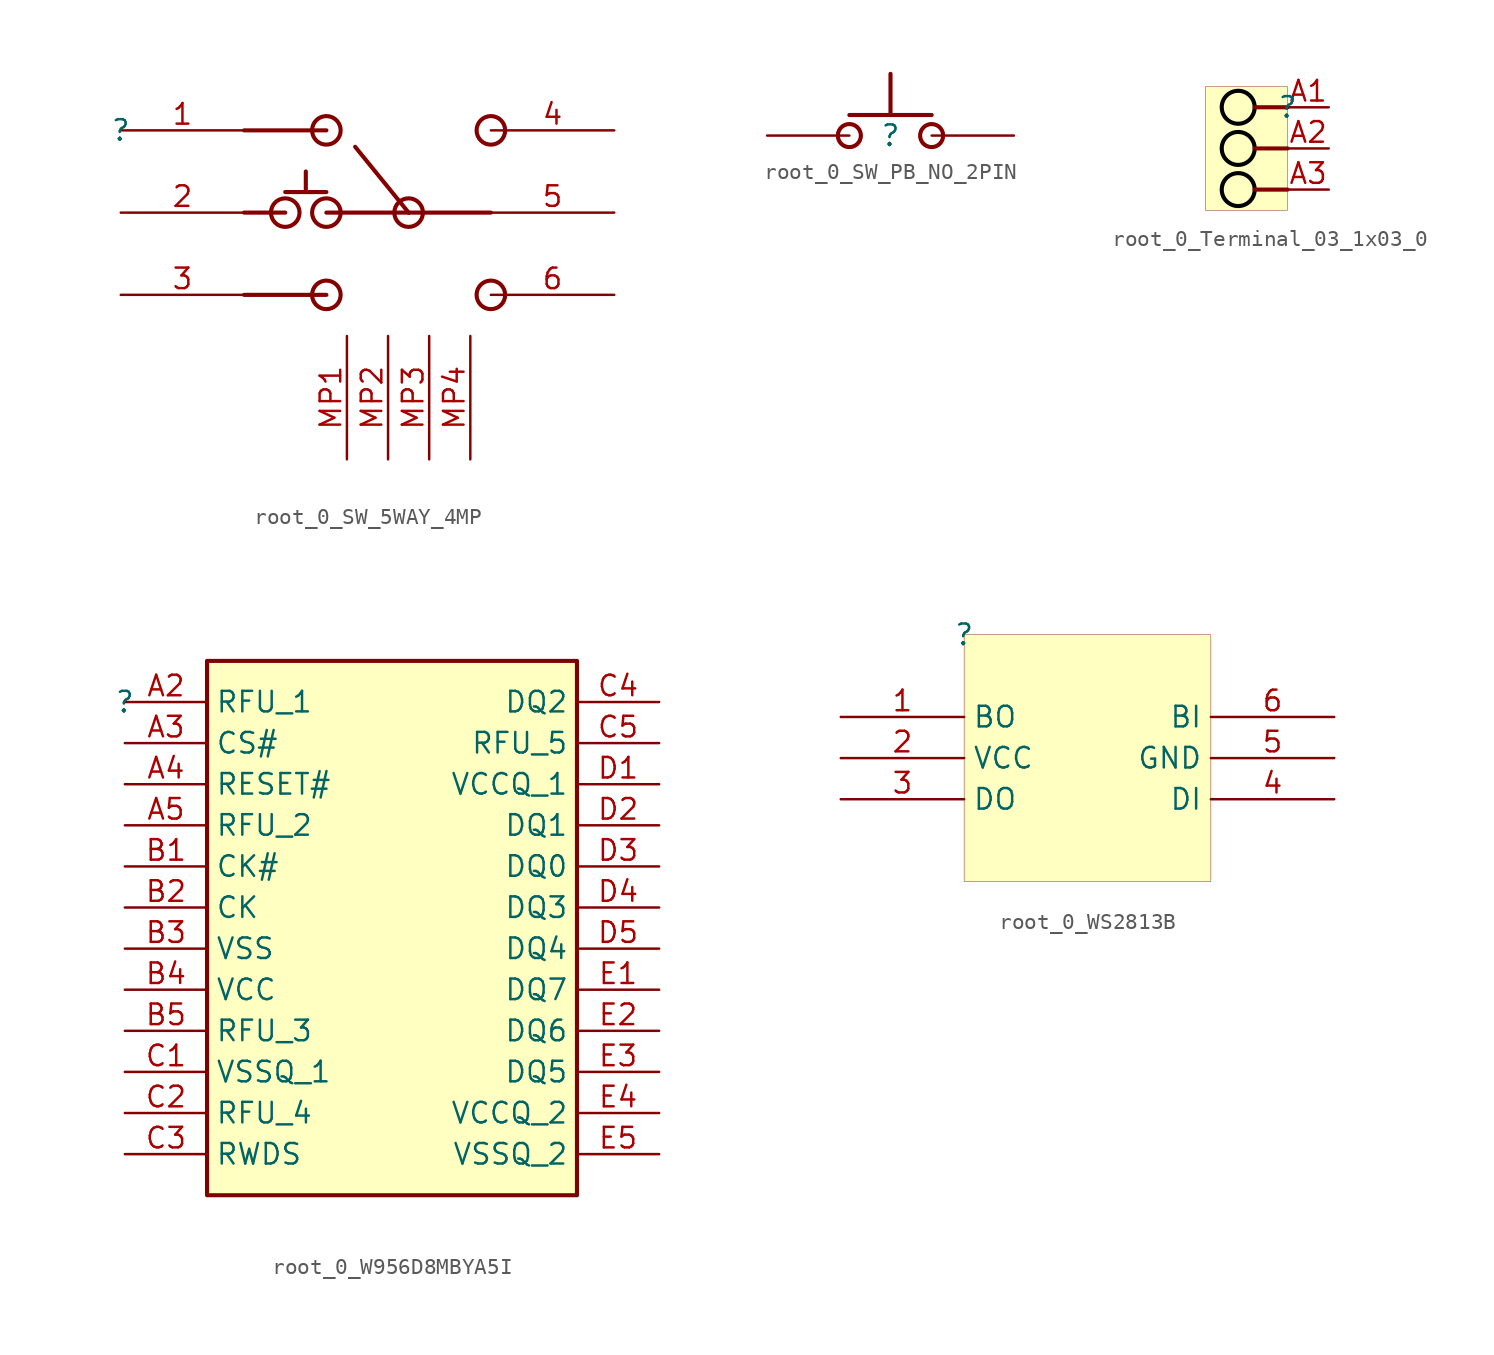
<source format=kicad_sym>
(kicad_symbol_lib
  (version 20231120)
  (generator "kicad_symbol_editor")
  (generator_version "8.0")
  (symbol "root_0_SW_5WAY_4MP"
    (property "Reference" ""
      (at 0 0 0)
      (effects (font (size 1.27 1.27))))
    (property "Value" ""
      (at 0 0 0)
      (effects (font (size 1.27 1.27))))
    (symbol "root_0_SW_5WAY_4MP_1_0"
      (polyline (pts (xy 10.16 -5.08) (xy 7.62 -5.08)) (stroke (width 0.254) (type solid)) (fill (type none)))
      (polyline (pts (xy 10.16 -3.81) (xy 12.7 -3.81)) (stroke (width 0.254) (type solid)) (fill (type none)))
      (polyline (pts (xy 11.43 -3.81) (xy 11.43 -2.54)) (stroke (width 0.254) (type solid)) (fill (type none)))
      (polyline (pts (xy 12.7 -10.16) (xy 7.62 -10.16)) (stroke (width 0.254) (type solid)) (fill (type none)))
      (polyline (pts (xy 12.7 0) (xy 7.62 0)) (stroke (width 0.254) (type solid)) (fill (type none)))
      (polyline (pts (xy 17.78 -5.08) (xy 12.7 -5.08)) (stroke (width 0.254) (type solid)) (fill (type none)))
      (polyline (pts (xy 17.78 -5.08) (xy 14.478 -1.016)) (stroke (width 0.254) (type solid)) (fill (type none)))
      (polyline (pts (xy 22.86 -5.08) (xy 17.78 -5.08)) (stroke (width 0.254) (type solid)) (fill (type none)))
      (circle (center 10.16 -5.08) (radius 0.882) (stroke (width 0.254) (type solid)) (fill (type none)))
      (circle (center 12.7 -10.16) (radius 0.882) (stroke (width 0.254) (type solid)) (fill (type none)))
      (circle (center 12.7 -5.08) (radius 0.882) (stroke (width 0.254) (type solid)) (fill (type none)))
      (circle (center 12.7 0) (radius 0.882) (stroke (width 0.254) (type solid)) (fill (type none)))
      (circle (center 17.78 -5.08) (radius 0.882) (stroke (width 0.254) (type solid)) (fill (type none)))
      (circle (center 22.86 -10.16) (radius 0.882) (stroke (width 0.254) (type solid)) (fill (type none)))
      (circle (center 22.86 0) (radius 0.882) (stroke (width 0.254) (type solid)) (fill (type none)))
      (pin passive line (at 0 0 0) (length 7.62) (name "1" (effects (font (size 0 0)))) (number "1" (effects (font (size 1.27 1.27)))))
      (pin passive line (at 0 -5.08 0) (length 7.62) (name "2" (effects (font (size 0 0)))) (number "2" (effects (font (size 1.27 1.27)))))
      (pin passive line (at 0 -10.16 0) (length 7.62) (name "3" (effects (font (size 0 0)))) (number "3" (effects (font (size 1.27 1.27)))))
      (pin passive line (at 30.48 0 180) (length 7.62) (name "4" (effects (font (size 0 0)))) (number "4" (effects (font (size 1.27 1.27)))))
      (pin passive line (at 30.48 -5.08 180) (length 7.62) (name "5" (effects (font (size 0 0)))) (number "5" (effects (font (size 1.27 1.27)))))
      (pin passive line (at 30.48 -10.16 180) (length 7.62) (name "6" (effects (font (size 0 0)))) (number "6" (effects (font (size 1.27 1.27)))))
      (pin passive line (at 13.97 -20.32 90) (length 7.62) (name "MP1" (effects (font (size 0 0)))) (number "MP1" (effects (font (size 1.27 1.27)))))
      (pin passive line (at 16.51 -20.32 90) (length 7.62) (name "MP2" (effects (font (size 0 0)))) (number "MP2" (effects (font (size 1.27 1.27)))))
      (pin passive line (at 19.05 -20.32 90) (length 7.62) (name "MP3" (effects (font (size 0 0)))) (number "MP3" (effects (font (size 1.27 1.27)))))
      (pin passive line (at 21.59 -20.32 90) (length 7.62) (name "MP4" (effects (font (size 0 0)))) (number "MP4" (effects (font (size 1.27 1.27)))))))
  (symbol "root_0_SW_PB_NO_2PIN"
    (property "Reference" ""
      (at 0 0 0)
      (effects (font (size 1.27 1.27))))
    (property "Value" ""
      (at 0 0 0)
      (effects (font (size 1.27 1.27))))
    (symbol "root_0_SW_PB_NO_2PIN_1_0"
      (circle (center -2.54 0) (radius 0.711) (stroke (width 0.254) (type solid)) (fill (type none)))
      (polyline (pts (xy -2.54 1.27) (xy 2.54 1.27)) (stroke (width 0.254) (type solid)) (fill (type none)))
      (polyline (pts (xy 0 1.27) (xy 0 3.81)) (stroke (width 0.254) (type solid)) (fill (type none)))
      (circle (center 2.54 0) (radius 0.711) (stroke (width 0.254) (type solid)) (fill (type none)))
      (pin passive line (at -7.62 0 0) (length 5.08) (name "IN" (effects (font (size 0 0)))) (number "1" (effects (font (size 0 0)))))
      (pin passive line (at 7.62 0 180) (length 5.08) (name "IN" (effects (font (size 0 0)))) (number "2" (effects (font (size 0 0)))))))
  (symbol "root_0_Terminal_03_1x03_0"
    (property "Reference" ""
      (at 0 0 0)
      (effects (font (size 1.27 1.27))))
    (property "Value" ""
      (at 0 0 0)
      (effects (font (size 1.27 1.27))))
    (symbol "root_0_Terminal_03_1x03_0_1_0"
      (circle (center -3.048 -5.08) (radius 1.016) (stroke (width 0.254) (type solid) (color 0 0 0 1)) (fill (type none)))
      (circle (center -3.048 -2.54) (radius 1.016) (stroke (width 0.254) (type solid) (color 0 0 0 1)) (fill (type none)))
      (circle (center -3.048 0) (radius 1.016) (stroke (width 0.254) (type solid) (color 0 0 0 1)) (fill (type none)))
      (polyline (pts (xy 0 -5.08) (xy -2.032 -5.08)) (stroke (width 0.254) (type solid)) (fill (type none)))
      (polyline (pts (xy 0 -2.54) (xy -2.032 -2.54)) (stroke (width 0.254) (type solid)) (fill (type none)))
      (polyline (pts (xy 0 0) (xy -2.032 0)) (stroke (width 0.254) (type solid)) (fill (type none)))
      (rectangle (start 0 1.27) (end -5.08 -6.35) (stroke (width 0.025) (type solid) (color 128 0 0 1)) (fill (type background)))
      (pin passive line (at 2.54 0 180) (length 2.54) (name "A1" (effects (font (size 0 0)))) (number "A1" (effects (font (size 1.27 1.27)))))
      (pin passive line (at 2.54 -2.54 180) (length 2.54) (name "A2" (effects (font (size 0 0)))) (number "A2" (effects (font (size 1.27 1.27)))))
      (pin passive line (at 2.54 -5.08 180) (length 2.54) (name "A3" (effects (font (size 0 0)))) (number "A3" (effects (font (size 1.27 1.27)))))))
  (symbol "root_0_W956D8MBYA5I"
    (property "Reference" ""
      (at 0 0 0)
      (effects (font (size 1.27 1.27))))
    (property "Value" ""
      (at 0 0 0)
      (effects (font (size 1.27 1.27))))
    (symbol "root_0_W956D8MBYA5I_1_0"
      (rectangle (start 27.94 2.54) (end 5.08 -30.48) (stroke (width 0.254) (type solid) (color 128 0 0 1)) (fill (type background)))
      (pin passive line (at 0 0 0) (length 5.08) (name "RFU_1" (effects (font (size 1.27 1.27)))) (number "A2" (effects (font (size 1.27 1.27)))))
      (pin passive line (at 0 -2.54 0) (length 5.08) (name "CS#" (effects (font (size 1.27 1.27)))) (number "A3" (effects (font (size 1.27 1.27)))))
      (pin passive line (at 0 -5.08 0) (length 5.08) (name "RESET#" (effects (font (size 1.27 1.27)))) (number "A4" (effects (font (size 1.27 1.27)))))
      (pin passive line (at 0 -7.62 0) (length 5.08) (name "RFU_2" (effects (font (size 1.27 1.27)))) (number "A5" (effects (font (size 1.27 1.27)))))
      (pin passive line (at 0 -10.16 0) (length 5.08) (name "CK#" (effects (font (size 1.27 1.27)))) (number "B1" (effects (font (size 1.27 1.27)))))
      (pin passive line (at 0 -12.7 0) (length 5.08) (name "CK" (effects (font (size 1.27 1.27)))) (number "B2" (effects (font (size 1.27 1.27)))))
      (pin passive line (at 0 -15.24 0) (length 5.08) (name "VSS" (effects (font (size 1.27 1.27)))) (number "B3" (effects (font (size 1.27 1.27)))))
      (pin passive line (at 0 -17.78 0) (length 5.08) (name "VCC" (effects (font (size 1.27 1.27)))) (number "B4" (effects (font (size 1.27 1.27)))))
      (pin passive line (at 0 -20.32 0) (length 5.08) (name "RFU_3" (effects (font (size 1.27 1.27)))) (number "B5" (effects (font (size 1.27 1.27)))))
      (pin passive line (at 0 -22.86 0) (length 5.08) (name "VSSQ_1" (effects (font (size 1.27 1.27)))) (number "C1" (effects (font (size 1.27 1.27)))))
      (pin passive line (at 0 -25.4 0) (length 5.08) (name "RFU_4" (effects (font (size 1.27 1.27)))) (number "C2" (effects (font (size 1.27 1.27)))))
      (pin passive line (at 0 -27.94 0) (length 5.08) (name "RWDS" (effects (font (size 1.27 1.27)))) (number "C3" (effects (font (size 1.27 1.27)))))
      (pin passive line (at 33.02 0 180) (length 5.08) (name "DQ2" (effects (font (size 1.27 1.27)))) (number "C4" (effects (font (size 1.27 1.27)))))
      (pin passive line (at 33.02 -2.54 180) (length 5.08) (name "RFU_5" (effects (font (size 1.27 1.27)))) (number "C5" (effects (font (size 1.27 1.27)))))
      (pin passive line (at 33.02 -5.08 180) (length 5.08) (name "VCCQ_1" (effects (font (size 1.27 1.27)))) (number "D1" (effects (font (size 1.27 1.27)))))
      (pin passive line (at 33.02 -7.62 180) (length 5.08) (name "DQ1" (effects (font (size 1.27 1.27)))) (number "D2" (effects (font (size 1.27 1.27)))))
      (pin passive line (at 33.02 -10.16 180) (length 5.08) (name "DQ0" (effects (font (size 1.27 1.27)))) (number "D3" (effects (font (size 1.27 1.27)))))
      (pin passive line (at 33.02 -12.7 180) (length 5.08) (name "DQ3" (effects (font (size 1.27 1.27)))) (number "D4" (effects (font (size 1.27 1.27)))))
      (pin passive line (at 33.02 -15.24 180) (length 5.08) (name "DQ4" (effects (font (size 1.27 1.27)))) (number "D5" (effects (font (size 1.27 1.27)))))
      (pin passive line (at 33.02 -17.78 180) (length 5.08) (name "DQ7" (effects (font (size 1.27 1.27)))) (number "E1" (effects (font (size 1.27 1.27)))))
      (pin passive line (at 33.02 -20.32 180) (length 5.08) (name "DQ6" (effects (font (size 1.27 1.27)))) (number "E2" (effects (font (size 1.27 1.27)))))
      (pin passive line (at 33.02 -22.86 180) (length 5.08) (name "DQ5" (effects (font (size 1.27 1.27)))) (number "E3" (effects (font (size 1.27 1.27)))))
      (pin passive line (at 33.02 -25.4 180) (length 5.08) (name "VCCQ_2" (effects (font (size 1.27 1.27)))) (number "E4" (effects (font (size 1.27 1.27)))))
      (pin passive line (at 33.02 -27.94 180) (length 5.08) (name "VSSQ_2" (effects (font (size 1.27 1.27)))) (number "E5" (effects (font (size 1.27 1.27)))))))
  (symbol "root_0_WS2813B"
    (property "Reference" ""
      (at 0 0 0)
      (effects (font (size 1.27 1.27))))
    (property "Value" ""
      (at 0 0 0)
      (effects (font (size 1.27 1.27))))
    (symbol "root_0_WS2813B_1_0"
      (rectangle (start 15.24 0) (end 0 -15.24) (stroke (width 0.025) (type solid) (color 128 0 0 1)) (fill (type background)))
      (pin output line (at -7.62 -5.08 0) (length 7.62) (name "BO" (effects (font (size 1.27 1.27)))) (number "1" (effects (font (size 1.27 1.27)))))
      (pin passive line (at -7.62 -7.62 0) (length 7.62) (name "VCC" (effects (font (size 1.27 1.27)))) (number "2" (effects (font (size 1.27 1.27)))))
      (pin output line (at -7.62 -10.16 0) (length 7.62) (name "DO" (effects (font (size 1.27 1.27)))) (number "3" (effects (font (size 1.27 1.27)))))
      (pin input line (at 22.86 -10.16 180) (length 7.62) (name "DI" (effects (font (size 1.27 1.27)))) (number "4" (effects (font (size 1.27 1.27)))))
      (pin passive line (at 22.86 -7.62 180) (length 7.62) (name "GND" (effects (font (size 1.27 1.27)))) (number "5" (effects (font (size 1.27 1.27)))))
      (pin input line (at 22.86 -5.08 180) (length 7.62) (name "BI" (effects (font (size 1.27 1.27)))) (number "6" (effects (font (size 1.27 1.27))))))))
</source>
